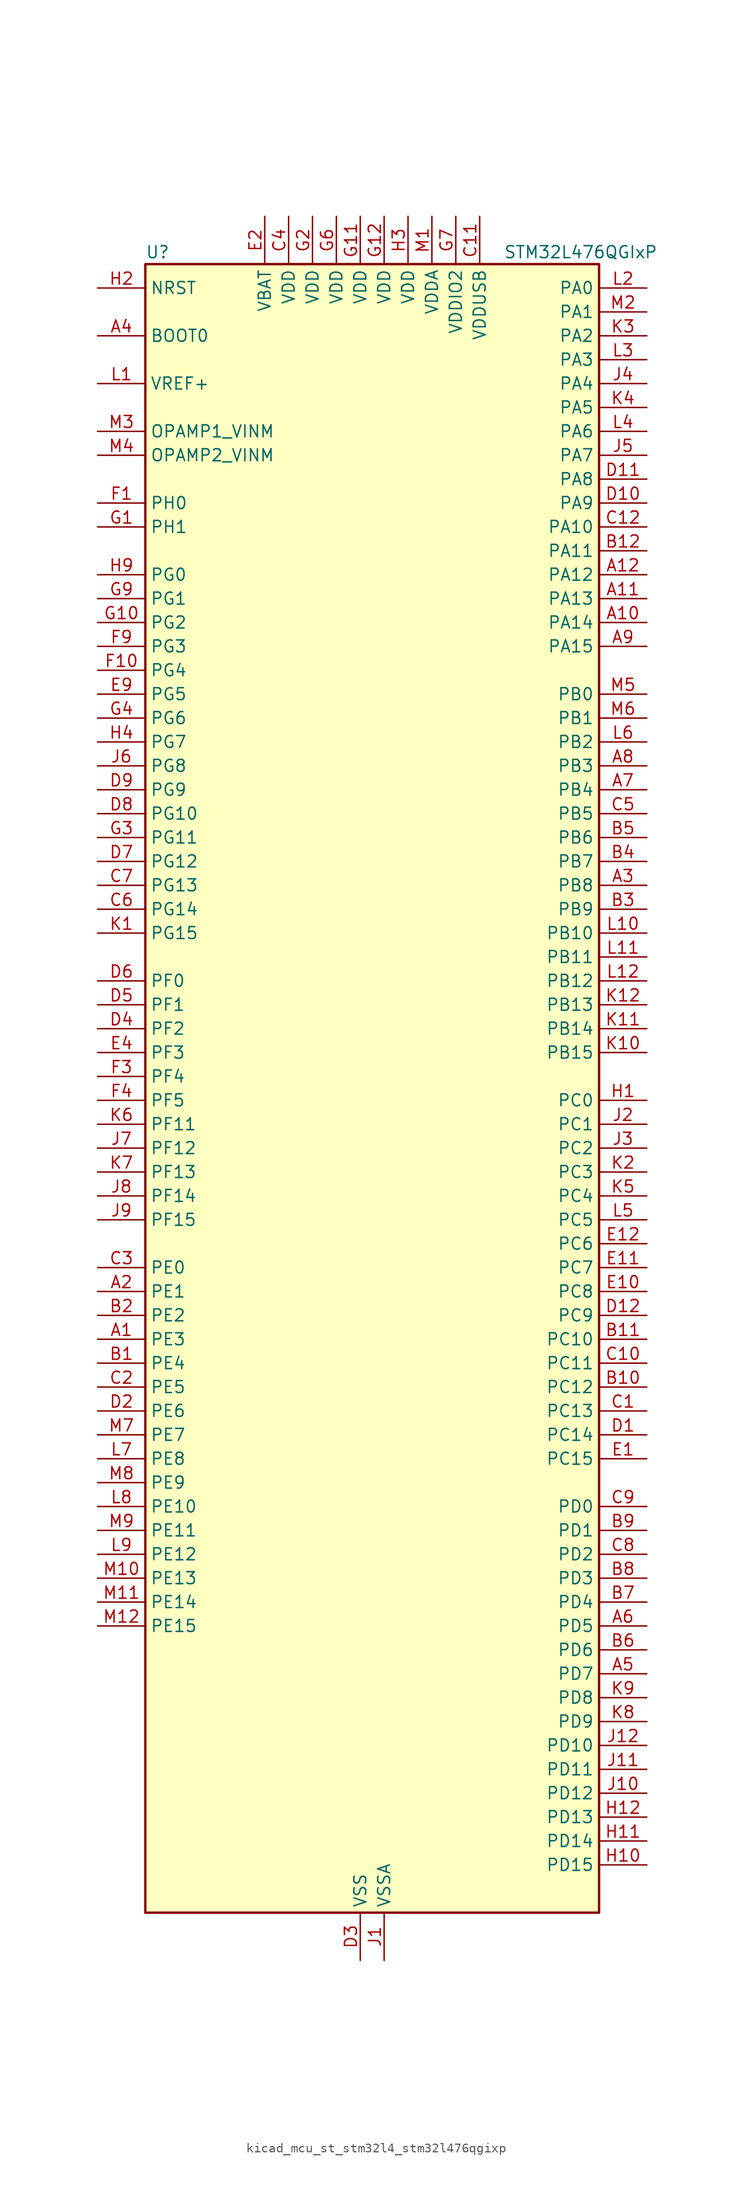
<source format=kicad_sym>
(kicad_symbol_lib
  (version 20220914)
  (generator kicad_symbol_editor)
  (symbol "kicad_mcu_st_stm32l4_stm32l476qgixp"
    (property "Reference" "U"
      (at -22.86 90.17 0)
      (effects (font (size 1.27 1.27)) (justify left)))
    (property "Value" "STM32L476QGIxP"
      (at 15.24 90.17 0)
      (effects (font (size 1.27 1.27)) (justify left)))
    (property "ki_locked" ""
      (at 0 0 0)
      (effects (font (size 1.27 1.27))))
    (symbol "kicad_mcu_st_stm32l4_stm32l476qgixp_0_1"
      (rectangle (start -22.86 -86.36) (end 25.4 88.9) (stroke (width 0.254) (type default)) (fill (type background))))
    (symbol "kicad_mcu_st_stm32l4_stm32l476qgixp_1_1"
      (pin bidirectional line (at -27.94 -25.4 0) (length 5.08) (name "PE3" (effects (font (size 1.27 1.27)))) (number "A1" (effects (font (size 1.27 1.27)))) (alternate "FMC_A19" bidirectional line) (alternate "LCD_SEG39" bidirectional line) (alternate "SAI1_SD_B" bidirectional line) (alternate "SYS_TRACED0" bidirectional line) (alternate "TIM3_CH1" bidirectional line) (alternate "TSC_G7_IO2" bidirectional line))
      (pin bidirectional line (at 30.48 50.8 180) (length 5.08) (name "PA14" (effects (font (size 1.27 1.27)))) (number "A10" (effects (font (size 1.27 1.27)))) (alternate "SYS_JTCK-SWCLK" bidirectional line))
      (pin bidirectional line (at 30.48 53.34 180) (length 5.08) (name "PA13" (effects (font (size 1.27 1.27)))) (number "A11" (effects (font (size 1.27 1.27)))) (alternate "IR_OUT" bidirectional line) (alternate "SYS_JTMS-SWDIO" bidirectional line) (alternate "USB_OTG_FS_NOE" bidirectional line))
      (pin bidirectional line (at 30.48 55.88 180) (length 5.08) (name "PA12" (effects (font (size 1.27 1.27)))) (number "A12" (effects (font (size 1.27 1.27)))) (alternate "CAN1_TX" bidirectional line) (alternate "TIM1_ETR" bidirectional line) (alternate "USART1_DE" bidirectional line) (alternate "USART1_RTS" bidirectional line) (alternate "USB_OTG_FS_DP" bidirectional line))
      (pin bidirectional line (at -27.94 -20.32 0) (length 5.08) (name "PE1" (effects (font (size 1.27 1.27)))) (number "A2" (effects (font (size 1.27 1.27)))) (alternate "FMC_NBL1" bidirectional line) (alternate "LCD_SEG37" bidirectional line) (alternate "TIM17_CH1" bidirectional line))
      (pin bidirectional line (at 30.48 22.86 180) (length 5.08) (name "PB8" (effects (font (size 1.27 1.27)))) (number "A3" (effects (font (size 1.27 1.27)))) (alternate "CAN1_RX" bidirectional line) (alternate "DFSDM1_DATIN6" bidirectional line) (alternate "I2C1_SCL" bidirectional line) (alternate "LCD_SEG16" bidirectional line) (alternate "SAI1_MCLK_A" bidirectional line) (alternate "SDMMC1_D4" bidirectional line) (alternate "TIM16_CH1" bidirectional line) (alternate "TIM4_CH3" bidirectional line))
      (pin input line (at -27.94 81.28 0) (length 5.08) (name "BOOT0" (effects (font (size 1.27 1.27)))) (number "A4" (effects (font (size 1.27 1.27)))))
      (pin bidirectional line (at 30.48 -60.96 180) (length 5.08) (name "PD7" (effects (font (size 1.27 1.27)))) (number "A5" (effects (font (size 1.27 1.27)))) (alternate "DFSDM1_CKIN1" bidirectional line) (alternate "FMC_NE1" bidirectional line) (alternate "USART2_CK" bidirectional line))
      (pin bidirectional line (at 30.48 -55.88 180) (length 5.08) (name "PD5" (effects (font (size 1.27 1.27)))) (number "A6" (effects (font (size 1.27 1.27)))) (alternate "FMC_NWE" bidirectional line) (alternate "USART2_TX" bidirectional line))
      (pin bidirectional line (at 30.48 33.02 180) (length 5.08) (name "PB4" (effects (font (size 1.27 1.27)))) (number "A7" (effects (font (size 1.27 1.27)))) (alternate "COMP2_INP" bidirectional line) (alternate "LCD_SEG8" bidirectional line) (alternate "SAI1_MCLK_B" bidirectional line) (alternate "SPI1_MISO" bidirectional line) (alternate "SPI3_MISO" bidirectional line) (alternate "SYS_JTRST" bidirectional line) (alternate "TIM17_BKIN" bidirectional line) (alternate "TIM3_CH1" bidirectional line) (alternate "TSC_G2_IO1" bidirectional line) (alternate "UART5_DE" bidirectional line) (alternate "UART5_RTS" bidirectional line) (alternate "USART1_CTS" bidirectional line))
      (pin bidirectional line (at 30.48 35.56 180) (length 5.08) (name "PB3" (effects (font (size 1.27 1.27)))) (number "A8" (effects (font (size 1.27 1.27)))) (alternate "COMP2_INM" bidirectional line) (alternate "LCD_SEG7" bidirectional line) (alternate "SAI1_SCK_B" bidirectional line) (alternate "SPI1_SCK" bidirectional line) (alternate "SPI3_SCK" bidirectional line) (alternate "SYS_JTDO-SWO" bidirectional line) (alternate "TIM2_CH2" bidirectional line) (alternate "USART1_DE" bidirectional line) (alternate "USART1_RTS" bidirectional line))
      (pin bidirectional line (at 30.48 48.26 180) (length 5.08) (name "PA15" (effects (font (size 1.27 1.27)))) (number "A9" (effects (font (size 1.27 1.27)))) (alternate "ADC1_EXTI15" bidirectional line) (alternate "ADC2_EXTI15" bidirectional line) (alternate "ADC3_EXTI15" bidirectional line) (alternate "LCD_SEG17" bidirectional line) (alternate "SAI2_FS_B" bidirectional line) (alternate "SPI1_NSS" bidirectional line) (alternate "SPI3_NSS" bidirectional line) (alternate "SYS_JTDI" bidirectional line) (alternate "TIM2_CH1" bidirectional line) (alternate "TIM2_ETR" bidirectional line) (alternate "TSC_G3_IO1" bidirectional line) (alternate "UART4_DE" bidirectional line) (alternate "UART4_RTS" bidirectional line))
      (pin bidirectional line (at -27.94 -27.94 0) (length 5.08) (name "PE4" (effects (font (size 1.27 1.27)))) (number "B1" (effects (font (size 1.27 1.27)))) (alternate "DFSDM1_DATIN3" bidirectional line) (alternate "FMC_A20" bidirectional line) (alternate "SAI1_FS_A" bidirectional line) (alternate "SYS_TRACED1" bidirectional line) (alternate "TIM3_CH2" bidirectional line) (alternate "TSC_G7_IO3" bidirectional line))
      (pin bidirectional line (at 30.48 -30.48 180) (length 5.08) (name "PC12" (effects (font (size 1.27 1.27)))) (number "B10" (effects (font (size 1.27 1.27)))) (alternate "LCD_COM6" bidirectional line) (alternate "LCD_SEG30" bidirectional line) (alternate "LCD_SEG42" bidirectional line) (alternate "SAI2_SD_B" bidirectional line) (alternate "SDMMC1_CK" bidirectional line) (alternate "SPI3_MOSI" bidirectional line) (alternate "TSC_G3_IO4" bidirectional line) (alternate "UART5_TX" bidirectional line) (alternate "USART3_CK" bidirectional line))
      (pin bidirectional line (at 30.48 -25.4 180) (length 5.08) (name "PC10" (effects (font (size 1.27 1.27)))) (number "B11" (effects (font (size 1.27 1.27)))) (alternate "LCD_COM4" bidirectional line) (alternate "LCD_SEG28" bidirectional line) (alternate "LCD_SEG40" bidirectional line) (alternate "SAI2_SCK_B" bidirectional line) (alternate "SDMMC1_D2" bidirectional line) (alternate "SPI3_SCK" bidirectional line) (alternate "TSC_G3_IO2" bidirectional line) (alternate "UART4_TX" bidirectional line) (alternate "USART3_TX" bidirectional line))
      (pin bidirectional line (at 30.48 58.42 180) (length 5.08) (name "PA11" (effects (font (size 1.27 1.27)))) (number "B12" (effects (font (size 1.27 1.27)))) (alternate "ADC1_EXTI11" bidirectional line) (alternate "ADC2_EXTI11" bidirectional line) (alternate "ADC3_EXTI11" bidirectional line) (alternate "CAN1_RX" bidirectional line) (alternate "TIM1_BKIN2" bidirectional line) (alternate "TIM1_BKIN2_COMP1" bidirectional line) (alternate "TIM1_CH4" bidirectional line) (alternate "USART1_CTS" bidirectional line) (alternate "USB_OTG_FS_DM" bidirectional line))
      (pin bidirectional line (at -27.94 -22.86 0) (length 5.08) (name "PE2" (effects (font (size 1.27 1.27)))) (number "B2" (effects (font (size 1.27 1.27)))) (alternate "FMC_A23" bidirectional line) (alternate "LCD_SEG38" bidirectional line) (alternate "SAI1_MCLK_A" bidirectional line) (alternate "SYS_TRACECLK" bidirectional line) (alternate "TIM3_ETR" bidirectional line) (alternate "TSC_G7_IO1" bidirectional line))
      (pin bidirectional line (at 30.48 20.32 180) (length 5.08) (name "PB9" (effects (font (size 1.27 1.27)))) (number "B3" (effects (font (size 1.27 1.27)))) (alternate "CAN1_TX" bidirectional line) (alternate "DAC1_EXTI9" bidirectional line) (alternate "DFSDM1_CKIN6" bidirectional line) (alternate "I2C1_SDA" bidirectional line) (alternate "IR_OUT" bidirectional line) (alternate "LCD_COM3" bidirectional line) (alternate "SAI1_FS_A" bidirectional line) (alternate "SDMMC1_D5" bidirectional line) (alternate "SPI2_NSS" bidirectional line) (alternate "TIM17_CH1" bidirectional line) (alternate "TIM4_CH4" bidirectional line))
      (pin bidirectional line (at 30.48 25.4 180) (length 5.08) (name "PB7" (effects (font (size 1.27 1.27)))) (number "B4" (effects (font (size 1.27 1.27)))) (alternate "COMP2_INM" bidirectional line) (alternate "DFSDM1_CKIN5" bidirectional line) (alternate "FMC_NL" bidirectional line) (alternate "I2C1_SDA" bidirectional line) (alternate "LCD_SEG21" bidirectional line) (alternate "LPTIM1_IN2" bidirectional line) (alternate "SYS_PVD_IN" bidirectional line) (alternate "TIM17_CH1N" bidirectional line) (alternate "TIM4_CH2" bidirectional line) (alternate "TIM8_BKIN" bidirectional line) (alternate "TIM8_BKIN_COMP1" bidirectional line) (alternate "TSC_G2_IO4" bidirectional line) (alternate "UART4_CTS" bidirectional line) (alternate "USART1_RX" bidirectional line))
      (pin bidirectional line (at 30.48 27.94 180) (length 5.08) (name "PB6" (effects (font (size 1.27 1.27)))) (number "B5" (effects (font (size 1.27 1.27)))) (alternate "COMP2_INP" bidirectional line) (alternate "DFSDM1_DATIN5" bidirectional line) (alternate "I2C1_SCL" bidirectional line) (alternate "LPTIM1_ETR" bidirectional line) (alternate "SAI1_FS_B" bidirectional line) (alternate "TIM16_CH1N" bidirectional line) (alternate "TIM4_CH1" bidirectional line) (alternate "TIM8_BKIN2" bidirectional line) (alternate "TIM8_BKIN2_COMP2" bidirectional line) (alternate "TSC_G2_IO3" bidirectional line) (alternate "USART1_TX" bidirectional line))
      (pin bidirectional line (at 30.48 -58.42 180) (length 5.08) (name "PD6" (effects (font (size 1.27 1.27)))) (number "B6" (effects (font (size 1.27 1.27)))) (alternate "DFSDM1_DATIN1" bidirectional line) (alternate "FMC_NWAIT" bidirectional line) (alternate "SAI1_SD_A" bidirectional line) (alternate "USART2_RX" bidirectional line))
      (pin bidirectional line (at 30.48 -53.34 180) (length 5.08) (name "PD4" (effects (font (size 1.27 1.27)))) (number "B7" (effects (font (size 1.27 1.27)))) (alternate "DFSDM1_CKIN0" bidirectional line) (alternate "FMC_NOE" bidirectional line) (alternate "SPI2_MOSI" bidirectional line) (alternate "USART2_DE" bidirectional line) (alternate "USART2_RTS" bidirectional line))
      (pin bidirectional line (at 30.48 -50.8 180) (length 5.08) (name "PD3" (effects (font (size 1.27 1.27)))) (number "B8" (effects (font (size 1.27 1.27)))) (alternate "DFSDM1_DATIN0" bidirectional line) (alternate "FMC_CLK" bidirectional line) (alternate "SPI2_MISO" bidirectional line) (alternate "USART2_CTS" bidirectional line))
      (pin bidirectional line (at 30.48 -45.72 180) (length 5.08) (name "PD1" (effects (font (size 1.27 1.27)))) (number "B9" (effects (font (size 1.27 1.27)))) (alternate "CAN1_TX" bidirectional line) (alternate "DFSDM1_CKIN7" bidirectional line) (alternate "FMC_D3" bidirectional line) (alternate "FMC_DA3" bidirectional line) (alternate "SPI2_SCK" bidirectional line))
      (pin bidirectional line (at 30.48 -33.02 180) (length 5.08) (name "PC13" (effects (font (size 1.27 1.27)))) (number "C1" (effects (font (size 1.27 1.27)))) (alternate "RTC_OUT_ALARM" bidirectional line) (alternate "RTC_OUT_CALIB" bidirectional line) (alternate "RTC_TAMP1" bidirectional line) (alternate "RTC_TS" bidirectional line) (alternate "SYS_WKUP2" bidirectional line))
      (pin bidirectional line (at 30.48 -27.94 180) (length 5.08) (name "PC11" (effects (font (size 1.27 1.27)))) (number "C10" (effects (font (size 1.27 1.27)))) (alternate "ADC1_EXTI11" bidirectional line) (alternate "ADC2_EXTI11" bidirectional line) (alternate "ADC3_EXTI11" bidirectional line) (alternate "LCD_COM5" bidirectional line) (alternate "LCD_SEG29" bidirectional line) (alternate "LCD_SEG41" bidirectional line) (alternate "SAI2_MCLK_B" bidirectional line) (alternate "SDMMC1_D3" bidirectional line) (alternate "SPI3_MISO" bidirectional line) (alternate "TSC_G3_IO3" bidirectional line) (alternate "UART4_RX" bidirectional line) (alternate "USART3_RX" bidirectional line))
      (pin power_in line (at 12.7 93.98 270) (length 5.08) (name "VDDUSB" (effects (font (size 1.27 1.27)))) (number "C11" (effects (font (size 1.27 1.27)))))
      (pin bidirectional line (at 30.48 60.96 180) (length 5.08) (name "PA10" (effects (font (size 1.27 1.27)))) (number "C12" (effects (font (size 1.27 1.27)))) (alternate "LCD_COM2" bidirectional line) (alternate "TIM17_BKIN" bidirectional line) (alternate "TIM1_CH3" bidirectional line) (alternate "USART1_RX" bidirectional line) (alternate "USB_OTG_FS_ID" bidirectional line))
      (pin bidirectional line (at -27.94 -30.48 0) (length 5.08) (name "PE5" (effects (font (size 1.27 1.27)))) (number "C2" (effects (font (size 1.27 1.27)))) (alternate "DFSDM1_CKIN3" bidirectional line) (alternate "FMC_A21" bidirectional line) (alternate "SAI1_SCK_A" bidirectional line) (alternate "SYS_TRACED2" bidirectional line) (alternate "TIM3_CH3" bidirectional line) (alternate "TSC_G7_IO4" bidirectional line))
      (pin bidirectional line (at -27.94 -17.78 0) (length 5.08) (name "PE0" (effects (font (size 1.27 1.27)))) (number "C3" (effects (font (size 1.27 1.27)))) (alternate "FMC_NBL0" bidirectional line) (alternate "LCD_SEG36" bidirectional line) (alternate "TIM16_CH1" bidirectional line) (alternate "TIM4_ETR" bidirectional line))
      (pin power_in line (at -7.62 93.98 270) (length 5.08) (name "VDD" (effects (font (size 1.27 1.27)))) (number "C4" (effects (font (size 1.27 1.27)))))
      (pin bidirectional line (at 30.48 30.48 180) (length 5.08) (name "PB5" (effects (font (size 1.27 1.27)))) (number "C5" (effects (font (size 1.27 1.27)))) (alternate "COMP2_OUT" bidirectional line) (alternate "I2C1_SMBA" bidirectional line) (alternate "LCD_SEG9" bidirectional line) (alternate "LPTIM1_IN1" bidirectional line) (alternate "SAI1_SD_B" bidirectional line) (alternate "SPI1_MOSI" bidirectional line) (alternate "SPI3_MOSI" bidirectional line) (alternate "TIM16_BKIN" bidirectional line) (alternate "TIM3_CH2" bidirectional line) (alternate "TSC_G2_IO2" bidirectional line) (alternate "UART5_CTS" bidirectional line) (alternate "USART1_CK" bidirectional line))
      (pin bidirectional line (at -27.94 20.32 0) (length 5.08) (name "PG14" (effects (font (size 1.27 1.27)))) (number "C6" (effects (font (size 1.27 1.27)))) (alternate "FMC_A25" bidirectional line) (alternate "I2C1_SCL" bidirectional line))
      (pin bidirectional line (at -27.94 22.86 0) (length 5.08) (name "PG13" (effects (font (size 1.27 1.27)))) (number "C7" (effects (font (size 1.27 1.27)))) (alternate "FMC_A24" bidirectional line) (alternate "I2C1_SDA" bidirectional line) (alternate "USART1_CK" bidirectional line))
      (pin bidirectional line (at 30.48 -48.26 180) (length 5.08) (name "PD2" (effects (font (size 1.27 1.27)))) (number "C8" (effects (font (size 1.27 1.27)))) (alternate "LCD_COM7" bidirectional line) (alternate "LCD_SEG31" bidirectional line) (alternate "LCD_SEG43" bidirectional line) (alternate "SDMMC1_CMD" bidirectional line) (alternate "TIM3_ETR" bidirectional line) (alternate "TSC_SYNC" bidirectional line) (alternate "UART5_RX" bidirectional line) (alternate "USART3_DE" bidirectional line) (alternate "USART3_RTS" bidirectional line))
      (pin bidirectional line (at 30.48 -43.18 180) (length 5.08) (name "PD0" (effects (font (size 1.27 1.27)))) (number "C9" (effects (font (size 1.27 1.27)))) (alternate "CAN1_RX" bidirectional line) (alternate "DFSDM1_DATIN7" bidirectional line) (alternate "FMC_D2" bidirectional line) (alternate "FMC_DA2" bidirectional line) (alternate "SPI2_NSS" bidirectional line))
      (pin bidirectional line (at 30.48 -35.56 180) (length 5.08) (name "PC14" (effects (font (size 1.27 1.27)))) (number "D1" (effects (font (size 1.27 1.27)))) (alternate "RCC_OSC32_IN" bidirectional line))
      (pin bidirectional line (at 30.48 63.5 180) (length 5.08) (name "PA9" (effects (font (size 1.27 1.27)))) (number "D10" (effects (font (size 1.27 1.27)))) (alternate "DAC1_EXTI9" bidirectional line) (alternate "LCD_COM1" bidirectional line) (alternate "TIM15_BKIN" bidirectional line) (alternate "TIM1_CH2" bidirectional line) (alternate "USART1_TX" bidirectional line) (alternate "USB_OTG_FS_VBUS" bidirectional line))
      (pin bidirectional line (at 30.48 66.04 180) (length 5.08) (name "PA8" (effects (font (size 1.27 1.27)))) (number "D11" (effects (font (size 1.27 1.27)))) (alternate "LCD_COM0" bidirectional line) (alternate "LPTIM2_OUT" bidirectional line) (alternate "RCC_MCO" bidirectional line) (alternate "TIM1_CH1" bidirectional line) (alternate "USART1_CK" bidirectional line) (alternate "USB_OTG_FS_SOF" bidirectional line))
      (pin bidirectional line (at 30.48 -22.86 180) (length 5.08) (name "PC9" (effects (font (size 1.27 1.27)))) (number "D12" (effects (font (size 1.27 1.27)))) (alternate "DAC1_EXTI9" bidirectional line) (alternate "LCD_SEG27" bidirectional line) (alternate "SAI2_EXTCLK" bidirectional line) (alternate "SDMMC1_D1" bidirectional line) (alternate "TIM3_CH4" bidirectional line) (alternate "TIM8_BKIN2" bidirectional line) (alternate "TIM8_BKIN2_COMP1" bidirectional line) (alternate "TIM8_CH4" bidirectional line) (alternate "TSC_G4_IO4" bidirectional line) (alternate "USB_OTG_FS_NOE" bidirectional line))
      (pin bidirectional line (at -27.94 -33.02 0) (length 5.08) (name "PE6" (effects (font (size 1.27 1.27)))) (number "D2" (effects (font (size 1.27 1.27)))) (alternate "FMC_A22" bidirectional line) (alternate "RTC_TAMP3" bidirectional line) (alternate "SAI1_SD_A" bidirectional line) (alternate "SYS_TRACED3" bidirectional line) (alternate "SYS_WKUP3" bidirectional line) (alternate "TIM3_CH4" bidirectional line))
      (pin power_in line (at 0 -91.44 90) (length 5.08) (name "VSS" (effects (font (size 1.27 1.27)))) (number "D3" (effects (font (size 1.27 1.27)))))
      (pin bidirectional line (at -27.94 7.62 0) (length 5.08) (name "PF2" (effects (font (size 1.27 1.27)))) (number "D4" (effects (font (size 1.27 1.27)))) (alternate "FMC_A2" bidirectional line) (alternate "I2C2_SMBA" bidirectional line))
      (pin bidirectional line (at -27.94 10.16 0) (length 5.08) (name "PF1" (effects (font (size 1.27 1.27)))) (number "D5" (effects (font (size 1.27 1.27)))) (alternate "FMC_A1" bidirectional line) (alternate "I2C2_SCL" bidirectional line))
      (pin bidirectional line (at -27.94 12.7 0) (length 5.08) (name "PF0" (effects (font (size 1.27 1.27)))) (number "D6" (effects (font (size 1.27 1.27)))) (alternate "FMC_A0" bidirectional line) (alternate "I2C2_SDA" bidirectional line))
      (pin bidirectional line (at -27.94 25.4 0) (length 5.08) (name "PG12" (effects (font (size 1.27 1.27)))) (number "D7" (effects (font (size 1.27 1.27)))) (alternate "FMC_NE4" bidirectional line) (alternate "LPTIM1_ETR" bidirectional line) (alternate "SAI2_SD_A" bidirectional line) (alternate "SPI3_NSS" bidirectional line) (alternate "USART1_DE" bidirectional line) (alternate "USART1_RTS" bidirectional line))
      (pin bidirectional line (at -27.94 30.48 0) (length 5.08) (name "PG10" (effects (font (size 1.27 1.27)))) (number "D8" (effects (font (size 1.27 1.27)))) (alternate "FMC_NE3" bidirectional line) (alternate "LPTIM1_IN1" bidirectional line) (alternate "SAI2_FS_A" bidirectional line) (alternate "SPI3_MISO" bidirectional line) (alternate "TIM15_CH1" bidirectional line) (alternate "USART1_RX" bidirectional line))
      (pin bidirectional line (at -27.94 33.02 0) (length 5.08) (name "PG9" (effects (font (size 1.27 1.27)))) (number "D9" (effects (font (size 1.27 1.27)))) (alternate "DAC1_EXTI9" bidirectional line) (alternate "FMC_NCE3" bidirectional line) (alternate "FMC_NE2" bidirectional line) (alternate "SAI2_SCK_A" bidirectional line) (alternate "SPI3_SCK" bidirectional line) (alternate "TIM15_CH1N" bidirectional line) (alternate "USART1_TX" bidirectional line))
      (pin bidirectional line (at 30.48 -38.1 180) (length 5.08) (name "PC15" (effects (font (size 1.27 1.27)))) (number "E1" (effects (font (size 1.27 1.27)))) (alternate "ADC1_EXTI15" bidirectional line) (alternate "ADC2_EXTI15" bidirectional line) (alternate "ADC3_EXTI15" bidirectional line) (alternate "RCC_OSC32_OUT" bidirectional line))
      (pin bidirectional line (at 30.48 -20.32 180) (length 5.08) (name "PC8" (effects (font (size 1.27 1.27)))) (number "E10" (effects (font (size 1.27 1.27)))) (alternate "LCD_SEG26" bidirectional line) (alternate "SDMMC1_D0" bidirectional line) (alternate "TIM3_CH3" bidirectional line) (alternate "TIM8_CH3" bidirectional line) (alternate "TSC_G4_IO3" bidirectional line))
      (pin bidirectional line (at 30.48 -17.78 180) (length 5.08) (name "PC7" (effects (font (size 1.27 1.27)))) (number "E11" (effects (font (size 1.27 1.27)))) (alternate "DFSDM1_DATIN3" bidirectional line) (alternate "LCD_SEG25" bidirectional line) (alternate "SAI2_MCLK_B" bidirectional line) (alternate "SDMMC1_D7" bidirectional line) (alternate "TIM3_CH2" bidirectional line) (alternate "TIM8_CH2" bidirectional line) (alternate "TSC_G4_IO2" bidirectional line))
      (pin bidirectional line (at 30.48 -15.24 180) (length 5.08) (name "PC6" (effects (font (size 1.27 1.27)))) (number "E12" (effects (font (size 1.27 1.27)))) (alternate "DFSDM1_CKIN3" bidirectional line) (alternate "LCD_SEG24" bidirectional line) (alternate "SAI2_MCLK_A" bidirectional line) (alternate "SDMMC1_D6" bidirectional line) (alternate "TIM3_CH1" bidirectional line) (alternate "TIM8_CH1" bidirectional line) (alternate "TSC_G4_IO1" bidirectional line))
      (pin power_in line (at -10.16 93.98 270) (length 5.08) (name "VBAT" (effects (font (size 1.27 1.27)))) (number "E2" (effects (font (size 1.27 1.27)))))
      (pin passive line (at 0 -91.44 90) (length 5.08) hide (name "VSS" (effects (font (size 1.27 1.27)))) (number "E3" (effects (font (size 1.27 1.27)))))
      (pin bidirectional line (at -27.94 5.08 0) (length 5.08) (name "PF3" (effects (font (size 1.27 1.27)))) (number "E4" (effects (font (size 1.27 1.27)))) (alternate "ADC3_IN6" bidirectional line) (alternate "FMC_A3" bidirectional line))
      (pin bidirectional line (at -27.94 43.18 0) (length 5.08) (name "PG5" (effects (font (size 1.27 1.27)))) (number "E9" (effects (font (size 1.27 1.27)))) (alternate "FMC_A15" bidirectional line) (alternate "LPUART1_CTS" bidirectional line) (alternate "SAI2_SD_B" bidirectional line) (alternate "SPI1_NSS" bidirectional line))
      (pin bidirectional line (at -27.94 63.5 0) (length 5.08) (name "PH0" (effects (font (size 1.27 1.27)))) (number "F1" (effects (font (size 1.27 1.27)))) (alternate "RCC_OSC_IN" bidirectional line))
      (pin bidirectional line (at -27.94 45.72 0) (length 5.08) (name "PG4" (effects (font (size 1.27 1.27)))) (number "F10" (effects (font (size 1.27 1.27)))) (alternate "FMC_A14" bidirectional line) (alternate "SAI2_MCLK_B" bidirectional line) (alternate "SPI1_MOSI" bidirectional line))
      (pin passive line (at 0 -91.44 90) (length 5.08) hide (name "VSS" (effects (font (size 1.27 1.27)))) (number "F11" (effects (font (size 1.27 1.27)))))
      (pin passive line (at 0 -91.44 90) (length 5.08) hide (name "VSS" (effects (font (size 1.27 1.27)))) (number "F12" (effects (font (size 1.27 1.27)))))
      (pin passive line (at 0 -91.44 90) (length 5.08) hide (name "VSS" (effects (font (size 1.27 1.27)))) (number "F2" (effects (font (size 1.27 1.27)))))
      (pin bidirectional line (at -27.94 2.54 0) (length 5.08) (name "PF4" (effects (font (size 1.27 1.27)))) (number "F3" (effects (font (size 1.27 1.27)))) (alternate "ADC3_IN7" bidirectional line) (alternate "FMC_A4" bidirectional line))
      (pin bidirectional line (at -27.94 0 0) (length 5.08) (name "PF5" (effects (font (size 1.27 1.27)))) (number "F4" (effects (font (size 1.27 1.27)))) (alternate "ADC3_IN8" bidirectional line) (alternate "FMC_A5" bidirectional line))
      (pin passive line (at 0 -91.44 90) (length 5.08) hide (name "VSS" (effects (font (size 1.27 1.27)))) (number "F6" (effects (font (size 1.27 1.27)))))
      (pin passive line (at 0 -91.44 90) (length 5.08) hide (name "VSS" (effects (font (size 1.27 1.27)))) (number "F7" (effects (font (size 1.27 1.27)))))
      (pin bidirectional line (at -27.94 48.26 0) (length 5.08) (name "PG3" (effects (font (size 1.27 1.27)))) (number "F9" (effects (font (size 1.27 1.27)))) (alternate "FMC_A13" bidirectional line) (alternate "SAI2_FS_B" bidirectional line) (alternate "SPI1_MISO" bidirectional line))
      (pin bidirectional line (at -27.94 60.96 0) (length 5.08) (name "PH1" (effects (font (size 1.27 1.27)))) (number "G1" (effects (font (size 1.27 1.27)))) (alternate "RCC_OSC_OUT" bidirectional line))
      (pin bidirectional line (at -27.94 50.8 0) (length 5.08) (name "PG2" (effects (font (size 1.27 1.27)))) (number "G10" (effects (font (size 1.27 1.27)))) (alternate "FMC_A12" bidirectional line) (alternate "SAI2_SCK_B" bidirectional line) (alternate "SPI1_SCK" bidirectional line))
      (pin power_in line (at 0 93.98 270) (length 5.08) (name "VDD" (effects (font (size 1.27 1.27)))) (number "G11" (effects (font (size 1.27 1.27)))))
      (pin power_in line (at 2.54 93.98 270) (length 5.08) (name "VDD" (effects (font (size 1.27 1.27)))) (number "G12" (effects (font (size 1.27 1.27)))))
      (pin power_in line (at -5.08 93.98 270) (length 5.08) (name "VDD" (effects (font (size 1.27 1.27)))) (number "G2" (effects (font (size 1.27 1.27)))))
      (pin bidirectional line (at -27.94 27.94 0) (length 5.08) (name "PG11" (effects (font (size 1.27 1.27)))) (number "G3" (effects (font (size 1.27 1.27)))) (alternate "ADC1_EXTI11" bidirectional line) (alternate "ADC2_EXTI11" bidirectional line) (alternate "ADC3_EXTI11" bidirectional line) (alternate "LPTIM1_IN2" bidirectional line) (alternate "SAI2_MCLK_A" bidirectional line) (alternate "SPI3_MOSI" bidirectional line) (alternate "TIM15_CH2" bidirectional line) (alternate "USART1_CTS" bidirectional line))
      (pin bidirectional line (at -27.94 40.64 0) (length 5.08) (name "PG6" (effects (font (size 1.27 1.27)))) (number "G4" (effects (font (size 1.27 1.27)))) (alternate "I2C3_SMBA" bidirectional line) (alternate "LPUART1_DE" bidirectional line) (alternate "LPUART1_RTS" bidirectional line))
      (pin power_in line (at -2.54 93.98 270) (length 5.08) (name "VDD" (effects (font (size 1.27 1.27)))) (number "G6" (effects (font (size 1.27 1.27)))))
      (pin power_in line (at 10.16 93.98 270) (length 5.08) (name "VDDIO2" (effects (font (size 1.27 1.27)))) (number "G7" (effects (font (size 1.27 1.27)))))
      (pin bidirectional line (at -27.94 53.34 0) (length 5.08) (name "PG1" (effects (font (size 1.27 1.27)))) (number "G9" (effects (font (size 1.27 1.27)))) (alternate "FMC_A11" bidirectional line) (alternate "TSC_G8_IO4" bidirectional line))
      (pin bidirectional line (at 30.48 0 180) (length 5.08) (name "PC0" (effects (font (size 1.27 1.27)))) (number "H1" (effects (font (size 1.27 1.27)))) (alternate "ADC1_IN1" bidirectional line) (alternate "ADC2_IN1" bidirectional line) (alternate "ADC3_IN1" bidirectional line) (alternate "DFSDM1_DATIN4" bidirectional line) (alternate "I2C3_SCL" bidirectional line) (alternate "LCD_SEG18" bidirectional line) (alternate "LPTIM1_IN1" bidirectional line) (alternate "LPTIM2_IN1" bidirectional line) (alternate "LPUART1_RX" bidirectional line))
      (pin bidirectional line (at 30.48 -81.28 180) (length 5.08) (name "PD15" (effects (font (size 1.27 1.27)))) (number "H10" (effects (font (size 1.27 1.27)))) (alternate "ADC1_EXTI15" bidirectional line) (alternate "ADC2_EXTI15" bidirectional line) (alternate "ADC3_EXTI15" bidirectional line) (alternate "FMC_D1" bidirectional line) (alternate "FMC_DA1" bidirectional line) (alternate "LCD_SEG35" bidirectional line) (alternate "TIM4_CH4" bidirectional line))
      (pin bidirectional line (at 30.48 -78.74 180) (length 5.08) (name "PD14" (effects (font (size 1.27 1.27)))) (number "H11" (effects (font (size 1.27 1.27)))) (alternate "FMC_D0" bidirectional line) (alternate "FMC_DA0" bidirectional line) (alternate "LCD_SEG34" bidirectional line) (alternate "TIM4_CH3" bidirectional line))
      (pin bidirectional line (at 30.48 -76.2 180) (length 5.08) (name "PD13" (effects (font (size 1.27 1.27)))) (number "H12" (effects (font (size 1.27 1.27)))) (alternate "FMC_A18" bidirectional line) (alternate "LCD_SEG33" bidirectional line) (alternate "LPTIM2_OUT" bidirectional line) (alternate "TIM4_CH2" bidirectional line) (alternate "TSC_G6_IO4" bidirectional line))
      (pin input line (at -27.94 86.36 0) (length 5.08) (name "NRST" (effects (font (size 1.27 1.27)))) (number "H2" (effects (font (size 1.27 1.27)))))
      (pin power_in line (at 5.08 93.98 270) (length 5.08) (name "VDD" (effects (font (size 1.27 1.27)))) (number "H3" (effects (font (size 1.27 1.27)))))
      (pin bidirectional line (at -27.94 38.1 0) (length 5.08) (name "PG7" (effects (font (size 1.27 1.27)))) (number "H4" (effects (font (size 1.27 1.27)))) (alternate "FMC_INT3" bidirectional line) (alternate "I2C3_SCL" bidirectional line) (alternate "LPUART1_TX" bidirectional line))
      (pin bidirectional line (at -27.94 55.88 0) (length 5.08) (name "PG0" (effects (font (size 1.27 1.27)))) (number "H9" (effects (font (size 1.27 1.27)))) (alternate "FMC_A10" bidirectional line) (alternate "TSC_G8_IO3" bidirectional line))
      (pin power_in line (at 2.54 -91.44 90) (length 5.08) (name "VSSA" (effects (font (size 1.27 1.27)))) (number "J1" (effects (font (size 1.27 1.27)))))
      (pin bidirectional line (at 30.48 -73.66 180) (length 5.08) (name "PD12" (effects (font (size 1.27 1.27)))) (number "J10" (effects (font (size 1.27 1.27)))) (alternate "FMC_A17" bidirectional line) (alternate "FMC_ALE" bidirectional line) (alternate "LCD_SEG32" bidirectional line) (alternate "LPTIM2_IN1" bidirectional line) (alternate "SAI2_FS_A" bidirectional line) (alternate "TIM4_CH1" bidirectional line) (alternate "TSC_G6_IO3" bidirectional line) (alternate "USART3_DE" bidirectional line) (alternate "USART3_RTS" bidirectional line))
      (pin bidirectional line (at 30.48 -71.12 180) (length 5.08) (name "PD11" (effects (font (size 1.27 1.27)))) (number "J11" (effects (font (size 1.27 1.27)))) (alternate "ADC1_EXTI11" bidirectional line) (alternate "ADC2_EXTI11" bidirectional line) (alternate "ADC3_EXTI11" bidirectional line) (alternate "FMC_A16" bidirectional line) (alternate "FMC_CLE" bidirectional line) (alternate "LCD_SEG31" bidirectional line) (alternate "LPTIM2_ETR" bidirectional line) (alternate "SAI2_SD_A" bidirectional line) (alternate "TSC_G6_IO2" bidirectional line) (alternate "USART3_CTS" bidirectional line))
      (pin bidirectional line (at 30.48 -68.58 180) (length 5.08) (name "PD10" (effects (font (size 1.27 1.27)))) (number "J12" (effects (font (size 1.27 1.27)))) (alternate "FMC_D15" bidirectional line) (alternate "FMC_DA15" bidirectional line) (alternate "LCD_SEG30" bidirectional line) (alternate "SAI2_SCK_A" bidirectional line) (alternate "TSC_G6_IO1" bidirectional line) (alternate "USART3_CK" bidirectional line))
      (pin bidirectional line (at 30.48 -2.54 180) (length 5.08) (name "PC1" (effects (font (size 1.27 1.27)))) (number "J2" (effects (font (size 1.27 1.27)))) (alternate "ADC1_IN2" bidirectional line) (alternate "ADC2_IN2" bidirectional line) (alternate "ADC3_IN2" bidirectional line) (alternate "DFSDM1_CKIN4" bidirectional line) (alternate "I2C3_SDA" bidirectional line) (alternate "LCD_SEG19" bidirectional line) (alternate "LPTIM1_OUT" bidirectional line) (alternate "LPUART1_TX" bidirectional line))
      (pin bidirectional line (at 30.48 -5.08 180) (length 5.08) (name "PC2" (effects (font (size 1.27 1.27)))) (number "J3" (effects (font (size 1.27 1.27)))) (alternate "ADC1_IN3" bidirectional line) (alternate "ADC2_IN3" bidirectional line) (alternate "ADC3_IN3" bidirectional line) (alternate "DFSDM1_CKOUT" bidirectional line) (alternate "LCD_SEG20" bidirectional line) (alternate "LPTIM1_IN2" bidirectional line) (alternate "SPI2_MISO" bidirectional line))
      (pin bidirectional line (at 30.48 76.2 180) (length 5.08) (name "PA4" (effects (font (size 1.27 1.27)))) (number "J4" (effects (font (size 1.27 1.27)))) (alternate "ADC1_IN9" bidirectional line) (alternate "ADC2_IN9" bidirectional line) (alternate "DAC1_OUT1" bidirectional line) (alternate "LPTIM2_OUT" bidirectional line) (alternate "SAI1_FS_B" bidirectional line) (alternate "SPI1_NSS" bidirectional line) (alternate "SPI3_NSS" bidirectional line) (alternate "USART2_CK" bidirectional line))
      (pin bidirectional line (at 30.48 68.58 180) (length 5.08) (name "PA7" (effects (font (size 1.27 1.27)))) (number "J5" (effects (font (size 1.27 1.27)))) (alternate "ADC1_IN12" bidirectional line) (alternate "ADC2_IN12" bidirectional line) (alternate "LCD_SEG4" bidirectional line) (alternate "OPAMP2_VINM" bidirectional line) (alternate "QUADSPI_BK1_IO2" bidirectional line) (alternate "SPI1_MOSI" bidirectional line) (alternate "TIM17_CH1" bidirectional line) (alternate "TIM1_CH1N" bidirectional line) (alternate "TIM3_CH2" bidirectional line) (alternate "TIM8_CH1N" bidirectional line))
      (pin bidirectional line (at -27.94 35.56 0) (length 5.08) (name "PG8" (effects (font (size 1.27 1.27)))) (number "J6" (effects (font (size 1.27 1.27)))) (alternate "I2C3_SDA" bidirectional line) (alternate "LPUART1_RX" bidirectional line))
      (pin bidirectional line (at -27.94 -5.08 0) (length 5.08) (name "PF12" (effects (font (size 1.27 1.27)))) (number "J7" (effects (font (size 1.27 1.27)))) (alternate "FMC_A6" bidirectional line))
      (pin bidirectional line (at -27.94 -10.16 0) (length 5.08) (name "PF14" (effects (font (size 1.27 1.27)))) (number "J8" (effects (font (size 1.27 1.27)))) (alternate "DFSDM1_CKIN6" bidirectional line) (alternate "FMC_A8" bidirectional line) (alternate "TSC_G8_IO1" bidirectional line))
      (pin bidirectional line (at -27.94 -12.7 0) (length 5.08) (name "PF15" (effects (font (size 1.27 1.27)))) (number "J9" (effects (font (size 1.27 1.27)))) (alternate "ADC1_EXTI15" bidirectional line) (alternate "ADC2_EXTI15" bidirectional line) (alternate "ADC3_EXTI15" bidirectional line) (alternate "FMC_A9" bidirectional line) (alternate "TSC_G8_IO2" bidirectional line))
      (pin bidirectional line (at -27.94 17.78 0) (length 5.08) (name "PG15" (effects (font (size 1.27 1.27)))) (number "K1" (effects (font (size 1.27 1.27)))) (alternate "ADC1_EXTI15" bidirectional line) (alternate "ADC2_EXTI15" bidirectional line) (alternate "ADC3_EXTI15" bidirectional line) (alternate "I2C1_SMBA" bidirectional line) (alternate "LPTIM1_OUT" bidirectional line))
      (pin bidirectional line (at 30.48 5.08 180) (length 5.08) (name "PB15" (effects (font (size 1.27 1.27)))) (number "K10" (effects (font (size 1.27 1.27)))) (alternate "ADC1_EXTI15" bidirectional line) (alternate "ADC2_EXTI15" bidirectional line) (alternate "ADC3_EXTI15" bidirectional line) (alternate "DFSDM1_CKIN2" bidirectional line) (alternate "LCD_SEG15" bidirectional line) (alternate "RTC_REFIN" bidirectional line) (alternate "SAI2_SD_A" bidirectional line) (alternate "SPI2_MOSI" bidirectional line) (alternate "SWPMI1_SUSPEND" bidirectional line) (alternate "TIM15_CH2" bidirectional line) (alternate "TIM1_CH3N" bidirectional line) (alternate "TIM8_CH3N" bidirectional line) (alternate "TSC_G1_IO4" bidirectional line))
      (pin bidirectional line (at 30.48 7.62 180) (length 5.08) (name "PB14" (effects (font (size 1.27 1.27)))) (number "K11" (effects (font (size 1.27 1.27)))) (alternate "DFSDM1_DATIN2" bidirectional line) (alternate "I2C2_SDA" bidirectional line) (alternate "LCD_SEG14" bidirectional line) (alternate "SAI2_MCLK_A" bidirectional line) (alternate "SPI2_MISO" bidirectional line) (alternate "SWPMI1_RX" bidirectional line) (alternate "TIM15_CH1" bidirectional line) (alternate "TIM1_CH2N" bidirectional line) (alternate "TIM8_CH2N" bidirectional line) (alternate "TSC_G1_IO3" bidirectional line) (alternate "USART3_DE" bidirectional line) (alternate "USART3_RTS" bidirectional line))
      (pin bidirectional line (at 30.48 10.16 180) (length 5.08) (name "PB13" (effects (font (size 1.27 1.27)))) (number "K12" (effects (font (size 1.27 1.27)))) (alternate "DFSDM1_CKIN1" bidirectional line) (alternate "I2C2_SCL" bidirectional line) (alternate "LCD_SEG13" bidirectional line) (alternate "LPUART1_CTS" bidirectional line) (alternate "SAI2_SCK_A" bidirectional line) (alternate "SPI2_SCK" bidirectional line) (alternate "SWPMI1_TX" bidirectional line) (alternate "TIM15_CH1N" bidirectional line) (alternate "TIM1_CH1N" bidirectional line) (alternate "TSC_G1_IO2" bidirectional line) (alternate "USART3_CTS" bidirectional line))
      (pin bidirectional line (at 30.48 -7.62 180) (length 5.08) (name "PC3" (effects (font (size 1.27 1.27)))) (number "K2" (effects (font (size 1.27 1.27)))) (alternate "ADC1_IN4" bidirectional line) (alternate "ADC2_IN4" bidirectional line) (alternate "ADC3_IN4" bidirectional line) (alternate "LCD_VLCD" bidirectional line) (alternate "LPTIM1_ETR" bidirectional line) (alternate "LPTIM2_ETR" bidirectional line) (alternate "SAI1_SD_A" bidirectional line) (alternate "SPI2_MOSI" bidirectional line))
      (pin bidirectional line (at 30.48 81.28 180) (length 5.08) (name "PA2" (effects (font (size 1.27 1.27)))) (number "K3" (effects (font (size 1.27 1.27)))) (alternate "ADC1_IN7" bidirectional line) (alternate "ADC2_IN7" bidirectional line) (alternate "LCD_SEG1" bidirectional line) (alternate "RCC_LSCO" bidirectional line) (alternate "SAI2_EXTCLK" bidirectional line) (alternate "SYS_WKUP4" bidirectional line) (alternate "TIM15_CH1" bidirectional line) (alternate "TIM2_CH3" bidirectional line) (alternate "TIM5_CH3" bidirectional line) (alternate "USART2_TX" bidirectional line))
      (pin bidirectional line (at 30.48 73.66 180) (length 5.08) (name "PA5" (effects (font (size 1.27 1.27)))) (number "K4" (effects (font (size 1.27 1.27)))) (alternate "ADC1_IN10" bidirectional line) (alternate "ADC2_IN10" bidirectional line) (alternate "DAC1_OUT2" bidirectional line) (alternate "LPTIM2_ETR" bidirectional line) (alternate "SPI1_SCK" bidirectional line) (alternate "TIM2_CH1" bidirectional line) (alternate "TIM2_ETR" bidirectional line) (alternate "TIM8_CH1N" bidirectional line))
      (pin bidirectional line (at 30.48 -10.16 180) (length 5.08) (name "PC4" (effects (font (size 1.27 1.27)))) (number "K5" (effects (font (size 1.27 1.27)))) (alternate "ADC1_IN13" bidirectional line) (alternate "ADC2_IN13" bidirectional line) (alternate "COMP1_INM" bidirectional line) (alternate "LCD_SEG22" bidirectional line) (alternate "USART3_TX" bidirectional line))
      (pin bidirectional line (at -27.94 -2.54 0) (length 5.08) (name "PF11" (effects (font (size 1.27 1.27)))) (number "K6" (effects (font (size 1.27 1.27)))) (alternate "ADC1_EXTI11" bidirectional line) (alternate "ADC2_EXTI11" bidirectional line) (alternate "ADC3_EXTI11" bidirectional line))
      (pin bidirectional line (at -27.94 -7.62 0) (length 5.08) (name "PF13" (effects (font (size 1.27 1.27)))) (number "K7" (effects (font (size 1.27 1.27)))) (alternate "DFSDM1_DATIN6" bidirectional line) (alternate "FMC_A7" bidirectional line))
      (pin bidirectional line (at 30.48 -66.04 180) (length 5.08) (name "PD9" (effects (font (size 1.27 1.27)))) (number "K8" (effects (font (size 1.27 1.27)))) (alternate "DAC1_EXTI9" bidirectional line) (alternate "FMC_D14" bidirectional line) (alternate "FMC_DA14" bidirectional line) (alternate "LCD_SEG29" bidirectional line) (alternate "SAI2_MCLK_A" bidirectional line) (alternate "USART3_RX" bidirectional line))
      (pin bidirectional line (at 30.48 -63.5 180) (length 5.08) (name "PD8" (effects (font (size 1.27 1.27)))) (number "K9" (effects (font (size 1.27 1.27)))) (alternate "FMC_D13" bidirectional line) (alternate "FMC_DA13" bidirectional line) (alternate "LCD_SEG28" bidirectional line) (alternate "USART3_TX" bidirectional line))
      (pin input line (at -27.94 76.2 0) (length 5.08) (name "VREF+" (effects (font (size 1.27 1.27)))) (number "L1" (effects (font (size 1.27 1.27)))) (alternate "VREFBUF_OUT" bidirectional line))
      (pin bidirectional line (at 30.48 17.78 180) (length 5.08) (name "PB10" (effects (font (size 1.27 1.27)))) (number "L10" (effects (font (size 1.27 1.27)))) (alternate "COMP1_OUT" bidirectional line) (alternate "DFSDM1_DATIN7" bidirectional line) (alternate "I2C2_SCL" bidirectional line) (alternate "LCD_SEG10" bidirectional line) (alternate "LPUART1_RX" bidirectional line) (alternate "QUADSPI_CLK" bidirectional line) (alternate "SAI1_SCK_A" bidirectional line) (alternate "SPI2_SCK" bidirectional line) (alternate "TIM2_CH3" bidirectional line) (alternate "USART3_TX" bidirectional line))
      (pin bidirectional line (at 30.48 15.24 180) (length 5.08) (name "PB11" (effects (font (size 1.27 1.27)))) (number "L11" (effects (font (size 1.27 1.27)))) (alternate "ADC1_EXTI11" bidirectional line) (alternate "ADC2_EXTI11" bidirectional line) (alternate "ADC3_EXTI11" bidirectional line) (alternate "COMP2_OUT" bidirectional line) (alternate "DFSDM1_CKIN7" bidirectional line) (alternate "I2C2_SDA" bidirectional line) (alternate "LCD_SEG11" bidirectional line) (alternate "LPUART1_TX" bidirectional line) (alternate "QUADSPI_NCS" bidirectional line) (alternate "TIM2_CH4" bidirectional line) (alternate "USART3_RX" bidirectional line))
      (pin bidirectional line (at 30.48 12.7 180) (length 5.08) (name "PB12" (effects (font (size 1.27 1.27)))) (number "L12" (effects (font (size 1.27 1.27)))) (alternate "DFSDM1_DATIN1" bidirectional line) (alternate "I2C2_SMBA" bidirectional line) (alternate "LCD_SEG12" bidirectional line) (alternate "LPUART1_DE" bidirectional line) (alternate "LPUART1_RTS" bidirectional line) (alternate "SAI2_FS_A" bidirectional line) (alternate "SPI2_NSS" bidirectional line) (alternate "SWPMI1_IO" bidirectional line) (alternate "TIM15_BKIN" bidirectional line) (alternate "TIM1_BKIN" bidirectional line) (alternate "TIM1_BKIN_COMP2" bidirectional line) (alternate "TSC_G1_IO1" bidirectional line) (alternate "USART3_CK" bidirectional line))
      (pin bidirectional line (at 30.48 86.36 180) (length 5.08) (name "PA0" (effects (font (size 1.27 1.27)))) (number "L2" (effects (font (size 1.27 1.27)))) (alternate "ADC1_IN5" bidirectional line) (alternate "ADC2_IN5" bidirectional line) (alternate "OPAMP1_VINP" bidirectional line) (alternate "RTC_TAMP2" bidirectional line) (alternate "SAI1_EXTCLK" bidirectional line) (alternate "SYS_WKUP1" bidirectional line) (alternate "TIM2_CH1" bidirectional line) (alternate "TIM2_ETR" bidirectional line) (alternate "TIM5_CH1" bidirectional line) (alternate "TIM8_ETR" bidirectional line) (alternate "UART4_TX" bidirectional line) (alternate "USART2_CTS" bidirectional line))
      (pin bidirectional line (at 30.48 78.74 180) (length 5.08) (name "PA3" (effects (font (size 1.27 1.27)))) (number "L3" (effects (font (size 1.27 1.27)))) (alternate "ADC1_IN8" bidirectional line) (alternate "ADC2_IN8" bidirectional line) (alternate "LCD_SEG2" bidirectional line) (alternate "OPAMP1_VOUT" bidirectional line) (alternate "TIM15_CH2" bidirectional line) (alternate "TIM2_CH4" bidirectional line) (alternate "TIM5_CH4" bidirectional line) (alternate "USART2_RX" bidirectional line))
      (pin bidirectional line (at 30.48 71.12 180) (length 5.08) (name "PA6" (effects (font (size 1.27 1.27)))) (number "L4" (effects (font (size 1.27 1.27)))) (alternate "ADC1_IN11" bidirectional line) (alternate "ADC2_IN11" bidirectional line) (alternate "LCD_SEG3" bidirectional line) (alternate "OPAMP2_VINP" bidirectional line) (alternate "QUADSPI_BK1_IO3" bidirectional line) (alternate "SPI1_MISO" bidirectional line) (alternate "TIM16_CH1" bidirectional line) (alternate "TIM1_BKIN" bidirectional line) (alternate "TIM1_BKIN_COMP2" bidirectional line) (alternate "TIM3_CH1" bidirectional line) (alternate "TIM8_BKIN" bidirectional line) (alternate "TIM8_BKIN_COMP2" bidirectional line) (alternate "USART3_CTS" bidirectional line))
      (pin bidirectional line (at 30.48 -12.7 180) (length 5.08) (name "PC5" (effects (font (size 1.27 1.27)))) (number "L5" (effects (font (size 1.27 1.27)))) (alternate "ADC1_IN14" bidirectional line) (alternate "ADC2_IN14" bidirectional line) (alternate "COMP1_INP" bidirectional line) (alternate "LCD_SEG23" bidirectional line) (alternate "SYS_WKUP5" bidirectional line) (alternate "USART3_RX" bidirectional line))
      (pin bidirectional line (at 30.48 38.1 180) (length 5.08) (name "PB2" (effects (font (size 1.27 1.27)))) (number "L6" (effects (font (size 1.27 1.27)))) (alternate "COMP1_INP" bidirectional line) (alternate "DFSDM1_CKIN0" bidirectional line) (alternate "I2C3_SMBA" bidirectional line) (alternate "LPTIM1_OUT" bidirectional line) (alternate "RTC_OUT_ALARM" bidirectional line) (alternate "RTC_OUT_CALIB" bidirectional line))
      (pin bidirectional line (at -27.94 -38.1 0) (length 5.08) (name "PE8" (effects (font (size 1.27 1.27)))) (number "L7" (effects (font (size 1.27 1.27)))) (alternate "DFSDM1_CKIN2" bidirectional line) (alternate "FMC_D5" bidirectional line) (alternate "FMC_DA5" bidirectional line) (alternate "SAI1_SCK_B" bidirectional line) (alternate "TIM1_CH1N" bidirectional line))
      (pin bidirectional line (at -27.94 -43.18 0) (length 5.08) (name "PE10" (effects (font (size 1.27 1.27)))) (number "L8" (effects (font (size 1.27 1.27)))) (alternate "DFSDM1_DATIN4" bidirectional line) (alternate "FMC_D7" bidirectional line) (alternate "FMC_DA7" bidirectional line) (alternate "QUADSPI_CLK" bidirectional line) (alternate "SAI1_MCLK_B" bidirectional line) (alternate "TIM1_CH2N" bidirectional line) (alternate "TSC_G5_IO1" bidirectional line))
      (pin bidirectional line (at -27.94 -48.26 0) (length 5.08) (name "PE12" (effects (font (size 1.27 1.27)))) (number "L9" (effects (font (size 1.27 1.27)))) (alternate "DFSDM1_DATIN5" bidirectional line) (alternate "FMC_D9" bidirectional line) (alternate "FMC_DA9" bidirectional line) (alternate "QUADSPI_BK1_IO0" bidirectional line) (alternate "SPI1_NSS" bidirectional line) (alternate "TIM1_CH3N" bidirectional line) (alternate "TSC_G5_IO3" bidirectional line))
      (pin power_in line (at 7.62 93.98 270) (length 5.08) (name "VDDA" (effects (font (size 1.27 1.27)))) (number "M1" (effects (font (size 1.27 1.27)))))
      (pin bidirectional line (at -27.94 -50.8 0) (length 5.08) (name "PE13" (effects (font (size 1.27 1.27)))) (number "M10" (effects (font (size 1.27 1.27)))) (alternate "DFSDM1_CKIN5" bidirectional line) (alternate "FMC_D10" bidirectional line) (alternate "FMC_DA10" bidirectional line) (alternate "QUADSPI_BK1_IO1" bidirectional line) (alternate "SPI1_SCK" bidirectional line) (alternate "TIM1_CH3" bidirectional line) (alternate "TSC_G5_IO4" bidirectional line))
      (pin bidirectional line (at -27.94 -53.34 0) (length 5.08) (name "PE14" (effects (font (size 1.27 1.27)))) (number "M11" (effects (font (size 1.27 1.27)))) (alternate "FMC_D11" bidirectional line) (alternate "FMC_DA11" bidirectional line) (alternate "QUADSPI_BK1_IO2" bidirectional line) (alternate "SPI1_MISO" bidirectional line) (alternate "TIM1_BKIN2" bidirectional line) (alternate "TIM1_BKIN2_COMP2" bidirectional line) (alternate "TIM1_CH4" bidirectional line))
      (pin bidirectional line (at -27.94 -55.88 0) (length 5.08) (name "PE15" (effects (font (size 1.27 1.27)))) (number "M12" (effects (font (size 1.27 1.27)))) (alternate "ADC1_EXTI15" bidirectional line) (alternate "ADC2_EXTI15" bidirectional line) (alternate "ADC3_EXTI15" bidirectional line) (alternate "FMC_D12" bidirectional line) (alternate "FMC_DA12" bidirectional line) (alternate "QUADSPI_BK1_IO3" bidirectional line) (alternate "SPI1_MOSI" bidirectional line) (alternate "TIM1_BKIN" bidirectional line) (alternate "TIM1_BKIN_COMP1" bidirectional line))
      (pin bidirectional line (at 30.48 83.82 180) (length 5.08) (name "PA1" (effects (font (size 1.27 1.27)))) (number "M2" (effects (font (size 1.27 1.27)))) (alternate "ADC1_IN6" bidirectional line) (alternate "ADC2_IN6" bidirectional line) (alternate "LCD_SEG0" bidirectional line) (alternate "OPAMP1_VINM" bidirectional line) (alternate "TIM15_CH1N" bidirectional line) (alternate "TIM2_CH2" bidirectional line) (alternate "TIM5_CH2" bidirectional line) (alternate "UART4_RX" bidirectional line) (alternate "USART2_DE" bidirectional line) (alternate "USART2_RTS" bidirectional line))
      (pin bidirectional line (at -27.94 71.12 0) (length 5.08) (name "OPAMP1_VINM" (effects (font (size 1.27 1.27)))) (number "M3" (effects (font (size 1.27 1.27)))) (alternate "OPAMP1_VINM" bidirectional line))
      (pin bidirectional line (at -27.94 68.58 0) (length 5.08) (name "OPAMP2_VINM" (effects (font (size 1.27 1.27)))) (number "M4" (effects (font (size 1.27 1.27)))) (alternate "OPAMP2_VINM" bidirectional line))
      (pin bidirectional line (at 30.48 43.18 180) (length 5.08) (name "PB0" (effects (font (size 1.27 1.27)))) (number "M5" (effects (font (size 1.27 1.27)))) (alternate "ADC1_IN15" bidirectional line) (alternate "ADC2_IN15" bidirectional line) (alternate "COMP1_OUT" bidirectional line) (alternate "LCD_SEG5" bidirectional line) (alternate "OPAMP2_VOUT" bidirectional line) (alternate "QUADSPI_BK1_IO1" bidirectional line) (alternate "TIM1_CH2N" bidirectional line) (alternate "TIM3_CH3" bidirectional line) (alternate "TIM8_CH2N" bidirectional line) (alternate "USART3_CK" bidirectional line))
      (pin bidirectional line (at 30.48 40.64 180) (length 5.08) (name "PB1" (effects (font (size 1.27 1.27)))) (number "M6" (effects (font (size 1.27 1.27)))) (alternate "ADC1_IN16" bidirectional line) (alternate "ADC2_IN16" bidirectional line) (alternate "COMP1_INM" bidirectional line) (alternate "DFSDM1_DATIN0" bidirectional line) (alternate "LCD_SEG6" bidirectional line) (alternate "LPTIM2_IN1" bidirectional line) (alternate "QUADSPI_BK1_IO0" bidirectional line) (alternate "TIM1_CH3N" bidirectional line) (alternate "TIM3_CH4" bidirectional line) (alternate "TIM8_CH3N" bidirectional line) (alternate "USART3_DE" bidirectional line) (alternate "USART3_RTS" bidirectional line))
      (pin bidirectional line (at -27.94 -35.56 0) (length 5.08) (name "PE7" (effects (font (size 1.27 1.27)))) (number "M7" (effects (font (size 1.27 1.27)))) (alternate "DFSDM1_DATIN2" bidirectional line) (alternate "FMC_D4" bidirectional line) (alternate "FMC_DA4" bidirectional line) (alternate "SAI1_SD_B" bidirectional line) (alternate "TIM1_ETR" bidirectional line))
      (pin bidirectional line (at -27.94 -40.64 0) (length 5.08) (name "PE9" (effects (font (size 1.27 1.27)))) (number "M8" (effects (font (size 1.27 1.27)))) (alternate "DAC1_EXTI9" bidirectional line) (alternate "DFSDM1_CKOUT" bidirectional line) (alternate "FMC_D6" bidirectional line) (alternate "FMC_DA6" bidirectional line) (alternate "SAI1_FS_B" bidirectional line) (alternate "TIM1_CH1" bidirectional line))
      (pin bidirectional line (at -27.94 -45.72 0) (length 5.08) (name "PE11" (effects (font (size 1.27 1.27)))) (number "M9" (effects (font (size 1.27 1.27)))) (alternate "ADC1_EXTI11" bidirectional line) (alternate "ADC2_EXTI11" bidirectional line) (alternate "ADC3_EXTI11" bidirectional line) (alternate "DFSDM1_CKIN4" bidirectional line) (alternate "FMC_D8" bidirectional line) (alternate "FMC_DA8" bidirectional line) (alternate "QUADSPI_NCS" bidirectional line) (alternate "TIM1_CH2" bidirectional line) (alternate "TSC_G5_IO2" bidirectional line)))))
</source>
